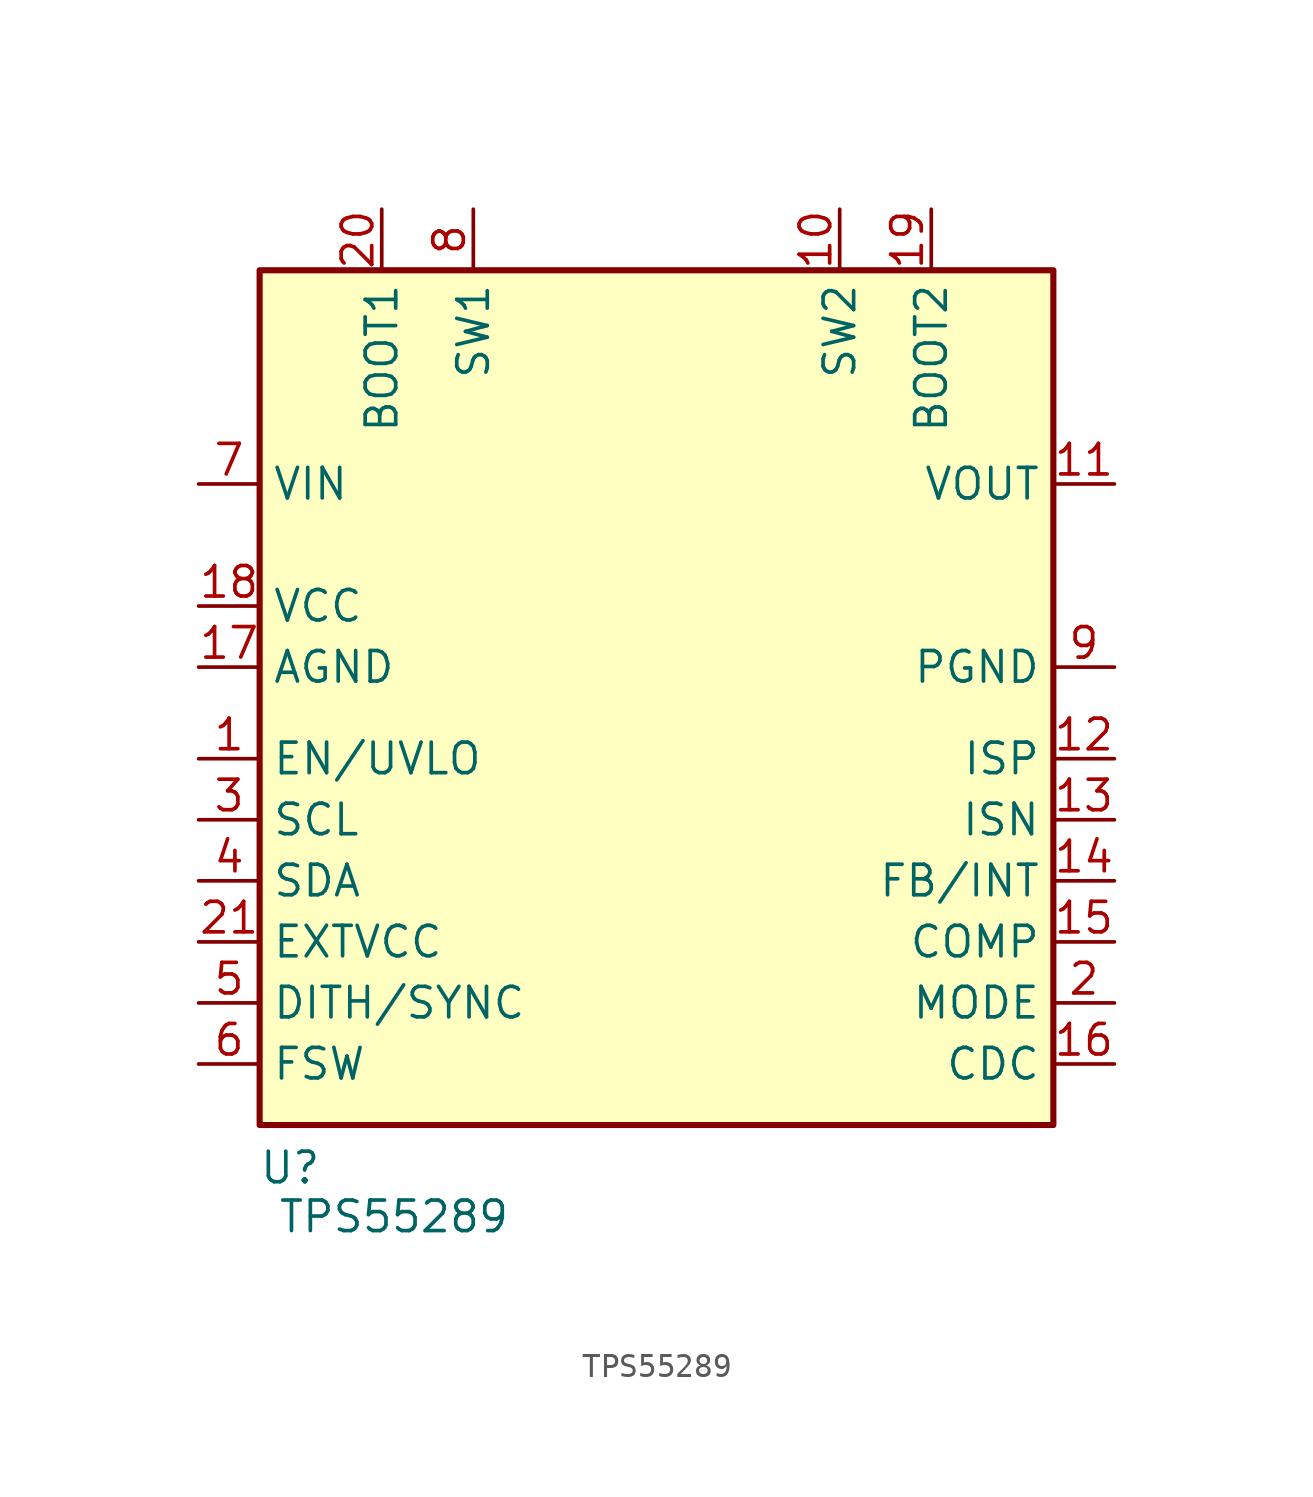
<source format=kicad_sym>
(kicad_symbol_lib
  (version 20241209)
  (generator "kicad_symbol_editor")
  (generator_version "9.0")
  (symbol "TPS55289"
    (property "Reference" "U"
      (at -15.24 -19.558 0)
      (effects (font (size 1.27 1.27))))
    (property "Value" "TPS55289"
      (at -10.922 -21.59 0)
      (effects (font (size 1.27 1.27))))
    (symbol "TPS55289_1_1"
      (rectangle (start -16.51 17.78) (end 16.51 -17.78) (stroke (width 0.254) (type default)) (fill (type background)))
      (pin power_in line (at -19.05 8.89 0) (length 2.54) (name "VIN" (effects (font (size 1.27 1.27)))) (number "7" (effects (font (size 1.27 1.27)))))
      (pin power_out line (at -19.05 3.81 0) (length 2.54) (name "VCC" (effects (font (size 1.27 1.27)))) (number "18" (effects (font (size 1.27 1.27)))))
      (pin power_in line (at -19.05 1.27 0) (length 2.54) (name "AGND" (effects (font (size 1.27 1.27)))) (number "17" (effects (font (size 1.27 1.27)))))
      (pin input line (at -19.05 -2.54 0) (length 2.54) (name "EN/UVLO" (effects (font (size 1.27 1.27)))) (number "1" (effects (font (size 1.27 1.27)))))
      (pin input line (at -19.05 -5.08 0) (length 2.54) (name "SCL" (effects (font (size 1.27 1.27)))) (number "3" (effects (font (size 1.27 1.27)))))
      (pin bidirectional line (at -19.05 -7.62 0) (length 2.54) (name "SDA" (effects (font (size 1.27 1.27)))) (number "4" (effects (font (size 1.27 1.27)))))
      (pin input line (at -19.05 -10.16 0) (length 2.54) (name "EXTVCC" (effects (font (size 1.27 1.27)))) (number "21" (effects (font (size 1.27 1.27)))))
      (pin input line (at -19.05 -12.7 0) (length 2.54) (name "DITH/SYNC" (effects (font (size 1.27 1.27)))) (number "5" (effects (font (size 1.27 1.27)))))
      (pin input line (at -19.05 -15.24 0) (length 2.54) (name "FSW" (effects (font (size 1.27 1.27)))) (number "6" (effects (font (size 1.27 1.27)))))
      (pin output line (at -11.43 20.32 270) (length 2.54) (name "BOOT1" (effects (font (size 1.27 1.27)))) (number "20" (effects (font (size 1.27 1.27)))))
      (pin bidirectional line (at -7.62 20.32 270) (length 2.54) (name "SW1" (effects (font (size 1.27 1.27)))) (number "8" (effects (font (size 1.27 1.27)))))
      (pin bidirectional line (at 7.62 20.32 270) (length 2.54) (name "SW2" (effects (font (size 1.27 1.27)))) (number "10" (effects (font (size 1.27 1.27)))))
      (pin output line (at 11.43 20.32 270) (length 2.54) (name "BOOT2" (effects (font (size 1.27 1.27)))) (number "19" (effects (font (size 1.27 1.27)))))
      (pin power_out line (at 19.05 8.89 180) (length 2.54) (name "VOUT" (effects (font (size 1.27 1.27)))) (number "11" (effects (font (size 1.27 1.27)))))
      (pin power_in line (at 19.05 1.27 180) (length 2.54) (name "PGND" (effects (font (size 1.27 1.27)))) (number "9" (effects (font (size 1.27 1.27)))))
      (pin input line (at 19.05 -2.54 180) (length 2.54) (name "ISP" (effects (font (size 1.27 1.27)))) (number "12" (effects (font (size 1.27 1.27)))))
      (pin input line (at 19.05 -5.08 180) (length 2.54) (name "ISN" (effects (font (size 1.27 1.27)))) (number "13" (effects (font (size 1.27 1.27)))))
      (pin bidirectional line (at 19.05 -7.62 180) (length 2.54) (name "FB/INT" (effects (font (size 1.27 1.27)))) (number "14" (effects (font (size 1.27 1.27)))))
      (pin output line (at 19.05 -10.16 180) (length 2.54) (name "COMP" (effects (font (size 1.27 1.27)))) (number "15" (effects (font (size 1.27 1.27)))))
      (pin input line (at 19.05 -12.7 180) (length 2.54) (name "MODE" (effects (font (size 1.27 1.27)))) (number "2" (effects (font (size 1.27 1.27)))))
      (pin output line (at 19.05 -15.24 180) (length 2.54) (name "CDC" (effects (font (size 1.27 1.27)))) (number "16" (effects (font (size 1.27 1.27))))))))
</source>
